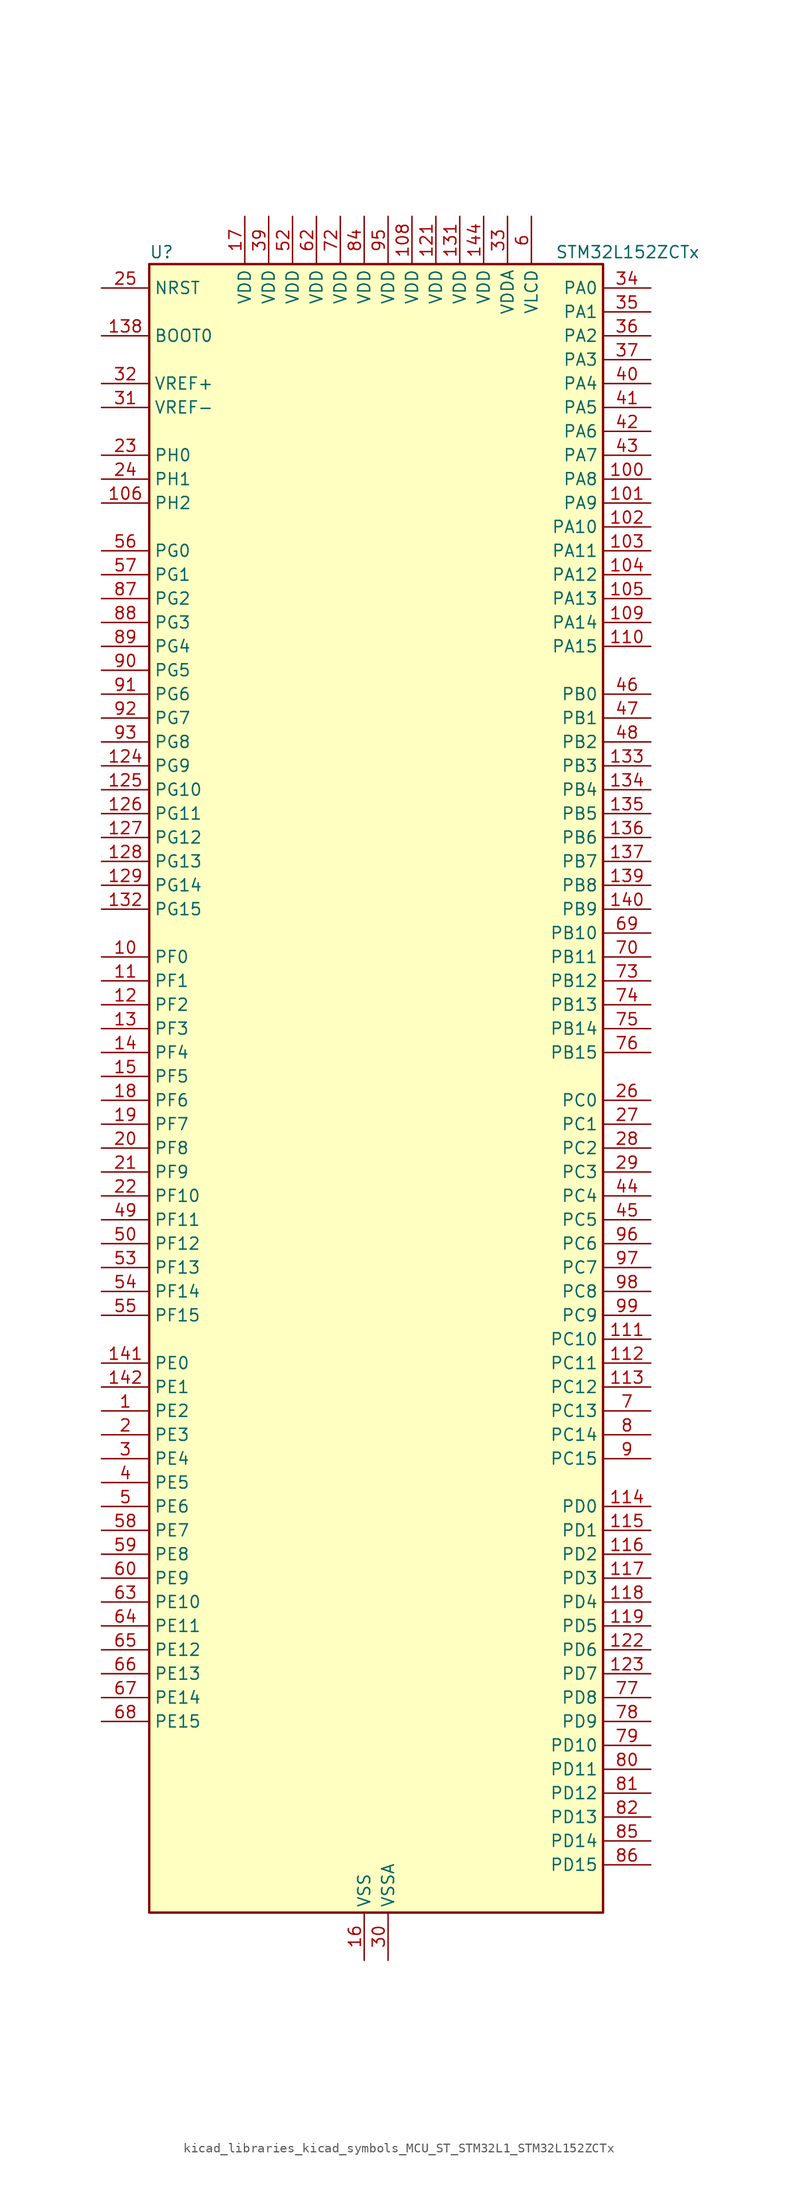
<source format=kicad_sym>
(kicad_symbol_lib
  (version 20220914)
  (generator kicad_symbol_editor)
  (symbol "kicad_libraries_kicad_symbols_MCU_ST_STM32L1_STM32L152ZCTx"
    (property "Reference" "U"
      (at -22.86 90.17 0)
      (effects (font (size 1.27 1.27)) (justify left)))
    (property "Value" "STM32L152ZCTx"
      (at 20.32 90.17 0)
      (effects (font (size 1.27 1.27)) (justify left)))
    (property "ki_locked" ""
      (at 0 0 0)
      (effects (font (size 1.27 1.27))))
    (symbol "kicad_libraries_kicad_symbols_MCU_ST_STM32L1_STM32L152ZCTx_0_1"
      (rectangle (start -22.86 -86.36) (end 25.4 88.9) (stroke (width 0.254) (type default)) (fill (type background))))
    (symbol "kicad_libraries_kicad_symbols_MCU_ST_STM32L1_STM32L152ZCTx_1_1"
      (pin bidirectional line (at -27.94 -33.02 0) (length 5.08) (name "PE2" (effects (font (size 1.27 1.27)))) (number "1" (effects (font (size 1.27 1.27)))) (alternate "LCD_SEG38" bidirectional line) (alternate "SYS_TRACECK" bidirectional line) (alternate "TIM3_ETR" bidirectional line) (alternate "TIMX_IC3" bidirectional line))
      (pin bidirectional line (at -27.94 15.24 0) (length 5.08) (name "PF0" (effects (font (size 1.27 1.27)))) (number "10" (effects (font (size 1.27 1.27)))))
      (pin bidirectional line (at 30.48 66.04 180) (length 5.08) (name "PA8" (effects (font (size 1.27 1.27)))) (number "100" (effects (font (size 1.27 1.27)))) (alternate "LCD_COM0" bidirectional line) (alternate "RCC_MCO" bidirectional line) (alternate "TIMX_IC1" bidirectional line) (alternate "TS_G4_IO1" bidirectional line) (alternate "USART1_CK" bidirectional line))
      (pin bidirectional line (at 30.48 63.5 180) (length 5.08) (name "PA9" (effects (font (size 1.27 1.27)))) (number "101" (effects (font (size 1.27 1.27)))) (alternate "DAC_EXTI9" bidirectional line) (alternate "LCD_COM1" bidirectional line) (alternate "TIMX_IC2" bidirectional line) (alternate "TS_G4_IO2" bidirectional line) (alternate "USART1_TX" bidirectional line))
      (pin bidirectional line (at 30.48 60.96 180) (length 5.08) (name "PA10" (effects (font (size 1.27 1.27)))) (number "102" (effects (font (size 1.27 1.27)))) (alternate "LCD_COM2" bidirectional line) (alternate "TIMX_IC3" bidirectional line) (alternate "TS_G4_IO3" bidirectional line) (alternate "USART1_RX" bidirectional line))
      (pin bidirectional line (at 30.48 58.42 180) (length 5.08) (name "PA11" (effects (font (size 1.27 1.27)))) (number "103" (effects (font (size 1.27 1.27)))) (alternate "ADC_EXTI11" bidirectional line) (alternate "SPI1_MISO" bidirectional line) (alternate "TIMX_IC4" bidirectional line) (alternate "USART1_CTS" bidirectional line) (alternate "USB_DM" bidirectional line))
      (pin bidirectional line (at 30.48 55.88 180) (length 5.08) (name "PA12" (effects (font (size 1.27 1.27)))) (number "104" (effects (font (size 1.27 1.27)))) (alternate "SPI1_MOSI" bidirectional line) (alternate "TIMX_IC1" bidirectional line) (alternate "USART1_RTS" bidirectional line) (alternate "USB_DP" bidirectional line))
      (pin bidirectional line (at 30.48 53.34 180) (length 5.08) (name "PA13" (effects (font (size 1.27 1.27)))) (number "105" (effects (font (size 1.27 1.27)))) (alternate "SYS_JTMS-SWDIO" bidirectional line) (alternate "TIMX_IC2" bidirectional line) (alternate "TS_G5_IO1" bidirectional line))
      (pin bidirectional line (at -27.94 63.5 0) (length 5.08) (name "PH2" (effects (font (size 1.27 1.27)))) (number "106" (effects (font (size 1.27 1.27)))))
      (pin passive line (at 0 -91.44 90) (length 5.08) hide (name "VSS" (effects (font (size 1.27 1.27)))) (number "107" (effects (font (size 1.27 1.27)))))
      (pin power_in line (at 5.08 93.98 270) (length 5.08) (name "VDD" (effects (font (size 1.27 1.27)))) (number "108" (effects (font (size 1.27 1.27)))))
      (pin bidirectional line (at 30.48 50.8 180) (length 5.08) (name "PA14" (effects (font (size 1.27 1.27)))) (number "109" (effects (font (size 1.27 1.27)))) (alternate "SYS_JTCK-SWCLK" bidirectional line) (alternate "TIMX_IC3" bidirectional line) (alternate "TS_G5_IO2" bidirectional line))
      (pin bidirectional line (at -27.94 12.7 0) (length 5.08) (name "PF1" (effects (font (size 1.27 1.27)))) (number "11" (effects (font (size 1.27 1.27)))))
      (pin bidirectional line (at 30.48 48.26 180) (length 5.08) (name "PA15" (effects (font (size 1.27 1.27)))) (number "110" (effects (font (size 1.27 1.27)))) (alternate "ADC_EXTI15" bidirectional line) (alternate "I2S3_WS" bidirectional line) (alternate "LCD_SEG17" bidirectional line) (alternate "SPI1_NSS" bidirectional line) (alternate "SPI3_NSS" bidirectional line) (alternate "SYS_JTDI" bidirectional line) (alternate "TIM2_CH1" bidirectional line) (alternate "TIM2_ETR" bidirectional line) (alternate "TIMX_IC4" bidirectional line) (alternate "TS_G5_IO3" bidirectional line))
      (pin bidirectional line (at 30.48 -25.4 180) (length 5.08) (name "PC10" (effects (font (size 1.27 1.27)))) (number "111" (effects (font (size 1.27 1.27)))) (alternate "I2S3_CK" bidirectional line) (alternate "LCD_COM4" bidirectional line) (alternate "LCD_SEG28" bidirectional line) (alternate "LCD_SEG40" bidirectional line) (alternate "SPI3_SCK" bidirectional line) (alternate "TIMX_IC3" bidirectional line) (alternate "USART3_TX" bidirectional line))
      (pin bidirectional line (at 30.48 -27.94 180) (length 5.08) (name "PC11" (effects (font (size 1.27 1.27)))) (number "112" (effects (font (size 1.27 1.27)))) (alternate "ADC_EXTI11" bidirectional line) (alternate "LCD_COM5" bidirectional line) (alternate "LCD_SEG29" bidirectional line) (alternate "LCD_SEG41" bidirectional line) (alternate "SPI3_MISO" bidirectional line) (alternate "TIMX_IC4" bidirectional line) (alternate "USART3_RX" bidirectional line))
      (pin bidirectional line (at 30.48 -30.48 180) (length 5.08) (name "PC12" (effects (font (size 1.27 1.27)))) (number "113" (effects (font (size 1.27 1.27)))) (alternate "I2S3_SD" bidirectional line) (alternate "LCD_COM6" bidirectional line) (alternate "LCD_SEG30" bidirectional line) (alternate "LCD_SEG42" bidirectional line) (alternate "SPI3_MOSI" bidirectional line) (alternate "TIMX_IC1" bidirectional line) (alternate "USART3_CK" bidirectional line))
      (pin bidirectional line (at 30.48 -43.18 180) (length 5.08) (name "PD0" (effects (font (size 1.27 1.27)))) (number "114" (effects (font (size 1.27 1.27)))) (alternate "I2S2_WS" bidirectional line) (alternate "SPI2_NSS" bidirectional line) (alternate "TIM9_CH1" bidirectional line) (alternate "TIMX_IC1" bidirectional line))
      (pin bidirectional line (at 30.48 -45.72 180) (length 5.08) (name "PD1" (effects (font (size 1.27 1.27)))) (number "115" (effects (font (size 1.27 1.27)))) (alternate "I2S2_CK" bidirectional line) (alternate "SPI2_SCK" bidirectional line) (alternate "TIMX_IC2" bidirectional line))
      (pin bidirectional line (at 30.48 -48.26 180) (length 5.08) (name "PD2" (effects (font (size 1.27 1.27)))) (number "116" (effects (font (size 1.27 1.27)))) (alternate "LCD_COM7" bidirectional line) (alternate "LCD_SEG31" bidirectional line) (alternate "LCD_SEG43" bidirectional line) (alternate "TIM3_ETR" bidirectional line) (alternate "TIMX_IC3" bidirectional line))
      (pin bidirectional line (at 30.48 -50.8 180) (length 5.08) (name "PD3" (effects (font (size 1.27 1.27)))) (number "117" (effects (font (size 1.27 1.27)))) (alternate "SPI2_MISO" bidirectional line) (alternate "TIMX_IC4" bidirectional line) (alternate "USART2_CTS" bidirectional line))
      (pin bidirectional line (at 30.48 -53.34 180) (length 5.08) (name "PD4" (effects (font (size 1.27 1.27)))) (number "118" (effects (font (size 1.27 1.27)))) (alternate "I2S2_SD" bidirectional line) (alternate "SPI2_MOSI" bidirectional line) (alternate "TIMX_IC1" bidirectional line) (alternate "USART2_RTS" bidirectional line))
      (pin bidirectional line (at 30.48 -55.88 180) (length 5.08) (name "PD5" (effects (font (size 1.27 1.27)))) (number "119" (effects (font (size 1.27 1.27)))) (alternate "TIMX_IC2" bidirectional line) (alternate "USART2_TX" bidirectional line))
      (pin bidirectional line (at -27.94 10.16 0) (length 5.08) (name "PF2" (effects (font (size 1.27 1.27)))) (number "12" (effects (font (size 1.27 1.27)))))
      (pin passive line (at 0 -91.44 90) (length 5.08) hide (name "VSS" (effects (font (size 1.27 1.27)))) (number "120" (effects (font (size 1.27 1.27)))))
      (pin power_in line (at 7.62 93.98 270) (length 5.08) (name "VDD" (effects (font (size 1.27 1.27)))) (number "121" (effects (font (size 1.27 1.27)))))
      (pin bidirectional line (at 30.48 -58.42 180) (length 5.08) (name "PD6" (effects (font (size 1.27 1.27)))) (number "122" (effects (font (size 1.27 1.27)))) (alternate "TIMX_IC3" bidirectional line) (alternate "USART2_RX" bidirectional line))
      (pin bidirectional line (at 30.48 -60.96 180) (length 5.08) (name "PD7" (effects (font (size 1.27 1.27)))) (number "123" (effects (font (size 1.27 1.27)))) (alternate "TIM9_CH2" bidirectional line) (alternate "TIMX_IC4" bidirectional line) (alternate "USART2_CK" bidirectional line))
      (pin bidirectional line (at -27.94 35.56 0) (length 5.08) (name "PG9" (effects (font (size 1.27 1.27)))) (number "124" (effects (font (size 1.27 1.27)))) (alternate "DAC_EXTI9" bidirectional line))
      (pin bidirectional line (at -27.94 33.02 0) (length 5.08) (name "PG10" (effects (font (size 1.27 1.27)))) (number "125" (effects (font (size 1.27 1.27)))))
      (pin bidirectional line (at -27.94 30.48 0) (length 5.08) (name "PG11" (effects (font (size 1.27 1.27)))) (number "126" (effects (font (size 1.27 1.27)))) (alternate "ADC_EXTI11" bidirectional line))
      (pin bidirectional line (at -27.94 27.94 0) (length 5.08) (name "PG12" (effects (font (size 1.27 1.27)))) (number "127" (effects (font (size 1.27 1.27)))))
      (pin bidirectional line (at -27.94 25.4 0) (length 5.08) (name "PG13" (effects (font (size 1.27 1.27)))) (number "128" (effects (font (size 1.27 1.27)))))
      (pin bidirectional line (at -27.94 22.86 0) (length 5.08) (name "PG14" (effects (font (size 1.27 1.27)))) (number "129" (effects (font (size 1.27 1.27)))))
      (pin bidirectional line (at -27.94 7.62 0) (length 5.08) (name "PF3" (effects (font (size 1.27 1.27)))) (number "13" (effects (font (size 1.27 1.27)))))
      (pin passive line (at 0 -91.44 90) (length 5.08) hide (name "VSS" (effects (font (size 1.27 1.27)))) (number "130" (effects (font (size 1.27 1.27)))))
      (pin power_in line (at 10.16 93.98 270) (length 5.08) (name "VDD" (effects (font (size 1.27 1.27)))) (number "131" (effects (font (size 1.27 1.27)))))
      (pin bidirectional line (at -27.94 20.32 0) (length 5.08) (name "PG15" (effects (font (size 1.27 1.27)))) (number "132" (effects (font (size 1.27 1.27)))) (alternate "ADC_EXTI15" bidirectional line))
      (pin bidirectional line (at 30.48 35.56 180) (length 5.08) (name "PB3" (effects (font (size 1.27 1.27)))) (number "133" (effects (font (size 1.27 1.27)))) (alternate "COMP2_INM" bidirectional line) (alternate "I2S3_CK" bidirectional line) (alternate "LCD_SEG7" bidirectional line) (alternate "SPI1_SCK" bidirectional line) (alternate "SPI3_SCK" bidirectional line) (alternate "SYS_JTDO-TRACESWO" bidirectional line) (alternate "TIM2_CH2" bidirectional line))
      (pin bidirectional line (at 30.48 33.02 180) (length 5.08) (name "PB4" (effects (font (size 1.27 1.27)))) (number "134" (effects (font (size 1.27 1.27)))) (alternate "COMP2_INP" bidirectional line) (alternate "LCD_SEG8" bidirectional line) (alternate "SPI1_MISO" bidirectional line) (alternate "SPI3_MISO" bidirectional line) (alternate "SYS_JTRST" bidirectional line) (alternate "TIM3_CH1" bidirectional line) (alternate "TS_G6_IO1" bidirectional line))
      (pin bidirectional line (at 30.48 30.48 180) (length 5.08) (name "PB5" (effects (font (size 1.27 1.27)))) (number "135" (effects (font (size 1.27 1.27)))) (alternate "COMP2_INP" bidirectional line) (alternate "I2C1_SMBA" bidirectional line) (alternate "I2S3_SD" bidirectional line) (alternate "LCD_SEG9" bidirectional line) (alternate "SPI1_MOSI" bidirectional line) (alternate "SPI3_MOSI" bidirectional line) (alternate "TIM3_CH2" bidirectional line) (alternate "TS_G6_IO2" bidirectional line))
      (pin bidirectional line (at 30.48 27.94 180) (length 5.08) (name "PB6" (effects (font (size 1.27 1.27)))) (number "136" (effects (font (size 1.27 1.27)))) (alternate "COMP2_INP" bidirectional line) (alternate "I2C1_SCL" bidirectional line) (alternate "TIM4_CH1" bidirectional line) (alternate "TS_G6_IO3" bidirectional line) (alternate "USART1_TX" bidirectional line))
      (pin bidirectional line (at 30.48 25.4 180) (length 5.08) (name "PB7" (effects (font (size 1.27 1.27)))) (number "137" (effects (font (size 1.27 1.27)))) (alternate "COMP2_INP" bidirectional line) (alternate "I2C1_SDA" bidirectional line) (alternate "SYS_PVD_IN" bidirectional line) (alternate "TIM4_CH2" bidirectional line) (alternate "TS_G6_IO4" bidirectional line) (alternate "USART1_RX" bidirectional line))
      (pin input line (at -27.94 81.28 0) (length 5.08) (name "BOOT0" (effects (font (size 1.27 1.27)))) (number "138" (effects (font (size 1.27 1.27)))))
      (pin bidirectional line (at 30.48 22.86 180) (length 5.08) (name "PB8" (effects (font (size 1.27 1.27)))) (number "139" (effects (font (size 1.27 1.27)))) (alternate "I2C1_SCL" bidirectional line) (alternate "LCD_SEG16" bidirectional line) (alternate "TIM10_CH1" bidirectional line) (alternate "TIM4_CH3" bidirectional line))
      (pin bidirectional line (at -27.94 5.08 0) (length 5.08) (name "PF4" (effects (font (size 1.27 1.27)))) (number "14" (effects (font (size 1.27 1.27)))))
      (pin bidirectional line (at 30.48 20.32 180) (length 5.08) (name "PB9" (effects (font (size 1.27 1.27)))) (number "140" (effects (font (size 1.27 1.27)))) (alternate "DAC_EXTI9" bidirectional line) (alternate "I2C1_SDA" bidirectional line) (alternate "LCD_COM3" bidirectional line) (alternate "TIM11_CH1" bidirectional line) (alternate "TIM4_CH4" bidirectional line))
      (pin bidirectional line (at -27.94 -27.94 0) (length 5.08) (name "PE0" (effects (font (size 1.27 1.27)))) (number "141" (effects (font (size 1.27 1.27)))) (alternate "LCD_SEG36" bidirectional line) (alternate "TIM10_CH1" bidirectional line) (alternate "TIM4_ETR" bidirectional line) (alternate "TIMX_IC1" bidirectional line))
      (pin bidirectional line (at -27.94 -30.48 0) (length 5.08) (name "PE1" (effects (font (size 1.27 1.27)))) (number "142" (effects (font (size 1.27 1.27)))) (alternate "LCD_SEG37" bidirectional line) (alternate "TIM11_CH1" bidirectional line) (alternate "TIMX_IC2" bidirectional line))
      (pin passive line (at 0 -91.44 90) (length 5.08) hide (name "VSS" (effects (font (size 1.27 1.27)))) (number "143" (effects (font (size 1.27 1.27)))))
      (pin power_in line (at 12.7 93.98 270) (length 5.08) (name "VDD" (effects (font (size 1.27 1.27)))) (number "144" (effects (font (size 1.27 1.27)))))
      (pin bidirectional line (at -27.94 2.54 0) (length 5.08) (name "PF5" (effects (font (size 1.27 1.27)))) (number "15" (effects (font (size 1.27 1.27)))))
      (pin power_in line (at 0 -91.44 90) (length 5.08) (name "VSS" (effects (font (size 1.27 1.27)))) (number "16" (effects (font (size 1.27 1.27)))))
      (pin power_in line (at -12.7 93.98 270) (length 5.08) (name "VDD" (effects (font (size 1.27 1.27)))) (number "17" (effects (font (size 1.27 1.27)))))
      (pin bidirectional line (at -27.94 0 0) (length 5.08) (name "PF6" (effects (font (size 1.27 1.27)))) (number "18" (effects (font (size 1.27 1.27)))) (alternate "ADC_IN27" bidirectional line) (alternate "TIM5_CH1" bidirectional line) (alternate "TIM5_ETR" bidirectional line) (alternate "TS_G11_IO1" bidirectional line))
      (pin bidirectional line (at -27.94 -2.54 0) (length 5.08) (name "PF7" (effects (font (size 1.27 1.27)))) (number "19" (effects (font (size 1.27 1.27)))) (alternate "ADC_IN28" bidirectional line) (alternate "COMP1_INP" bidirectional line) (alternate "TIM5_CH2" bidirectional line) (alternate "TS_G11_IO2" bidirectional line))
      (pin bidirectional line (at -27.94 -35.56 0) (length 5.08) (name "PE3" (effects (font (size 1.27 1.27)))) (number "2" (effects (font (size 1.27 1.27)))) (alternate "LCD_SEG39" bidirectional line) (alternate "SYS_TRACED0" bidirectional line) (alternate "TIM3_CH1" bidirectional line) (alternate "TIMX_IC4" bidirectional line))
      (pin bidirectional line (at -27.94 -5.08 0) (length 5.08) (name "PF8" (effects (font (size 1.27 1.27)))) (number "20" (effects (font (size 1.27 1.27)))) (alternate "ADC_IN29" bidirectional line) (alternate "COMP1_INP" bidirectional line) (alternate "TIM5_CH3" bidirectional line) (alternate "TS_G11_IO3" bidirectional line))
      (pin bidirectional line (at -27.94 -7.62 0) (length 5.08) (name "PF9" (effects (font (size 1.27 1.27)))) (number "21" (effects (font (size 1.27 1.27)))) (alternate "ADC_IN30" bidirectional line) (alternate "COMP1_INP" bidirectional line) (alternate "DAC_EXTI9" bidirectional line) (alternate "TIM5_CH4" bidirectional line) (alternate "TS_G11_IO4" bidirectional line))
      (pin bidirectional line (at -27.94 -10.16 0) (length 5.08) (name "PF10" (effects (font (size 1.27 1.27)))) (number "22" (effects (font (size 1.27 1.27)))) (alternate "ADC_IN31" bidirectional line) (alternate "COMP1_INP" bidirectional line) (alternate "TS_G11_IO5" bidirectional line))
      (pin bidirectional line (at -27.94 68.58 0) (length 5.08) (name "PH0" (effects (font (size 1.27 1.27)))) (number "23" (effects (font (size 1.27 1.27)))) (alternate "RCC_OSC_IN" bidirectional line))
      (pin bidirectional line (at -27.94 66.04 0) (length 5.08) (name "PH1" (effects (font (size 1.27 1.27)))) (number "24" (effects (font (size 1.27 1.27)))) (alternate "RCC_OSC_OUT" bidirectional line))
      (pin input line (at -27.94 86.36 0) (length 5.08) (name "NRST" (effects (font (size 1.27 1.27)))) (number "25" (effects (font (size 1.27 1.27)))))
      (pin bidirectional line (at 30.48 0 180) (length 5.08) (name "PC0" (effects (font (size 1.27 1.27)))) (number "26" (effects (font (size 1.27 1.27)))) (alternate "ADC_IN10" bidirectional line) (alternate "COMP1_INP" bidirectional line) (alternate "LCD_SEG18" bidirectional line) (alternate "TIMX_IC1" bidirectional line) (alternate "TS_G8_IO1" bidirectional line))
      (pin bidirectional line (at 30.48 -2.54 180) (length 5.08) (name "PC1" (effects (font (size 1.27 1.27)))) (number "27" (effects (font (size 1.27 1.27)))) (alternate "ADC_IN11" bidirectional line) (alternate "COMP1_INP" bidirectional line) (alternate "LCD_SEG19" bidirectional line) (alternate "TIMX_IC2" bidirectional line) (alternate "TS_G8_IO2" bidirectional line))
      (pin bidirectional line (at 30.48 -5.08 180) (length 5.08) (name "PC2" (effects (font (size 1.27 1.27)))) (number "28" (effects (font (size 1.27 1.27)))) (alternate "ADC_IN12" bidirectional line) (alternate "COMP1_INP" bidirectional line) (alternate "LCD_SEG20" bidirectional line) (alternate "TIMX_IC3" bidirectional line) (alternate "TS_G8_IO3" bidirectional line))
      (pin bidirectional line (at 30.48 -7.62 180) (length 5.08) (name "PC3" (effects (font (size 1.27 1.27)))) (number "29" (effects (font (size 1.27 1.27)))) (alternate "ADC_IN13" bidirectional line) (alternate "COMP1_INP" bidirectional line) (alternate "LCD_SEG21" bidirectional line) (alternate "TIMX_IC4" bidirectional line) (alternate "TS_G8_IO4" bidirectional line))
      (pin bidirectional line (at -27.94 -38.1 0) (length 5.08) (name "PE4" (effects (font (size 1.27 1.27)))) (number "3" (effects (font (size 1.27 1.27)))) (alternate "SYS_TRACED1" bidirectional line) (alternate "TIM3_CH2" bidirectional line) (alternate "TIMX_IC1" bidirectional line))
      (pin power_in line (at 2.54 -91.44 90) (length 5.08) (name "VSSA" (effects (font (size 1.27 1.27)))) (number "30" (effects (font (size 1.27 1.27)))))
      (pin input line (at -27.94 73.66 0) (length 5.08) (name "VREF-" (effects (font (size 1.27 1.27)))) (number "31" (effects (font (size 1.27 1.27)))))
      (pin input line (at -27.94 76.2 0) (length 5.08) (name "VREF+" (effects (font (size 1.27 1.27)))) (number "32" (effects (font (size 1.27 1.27)))))
      (pin power_in line (at 15.24 93.98 270) (length 5.08) (name "VDDA" (effects (font (size 1.27 1.27)))) (number "33" (effects (font (size 1.27 1.27)))))
      (pin bidirectional line (at 30.48 86.36 180) (length 5.08) (name "PA0" (effects (font (size 1.27 1.27)))) (number "34" (effects (font (size 1.27 1.27)))) (alternate "ADC_IN0" bidirectional line) (alternate "COMP1_INP" bidirectional line) (alternate "RTC_TAMP2" bidirectional line) (alternate "SYS_WKUP1" bidirectional line) (alternate "TIM2_CH1" bidirectional line) (alternate "TIM2_ETR" bidirectional line) (alternate "TIM5_CH1" bidirectional line) (alternate "TIMX_IC1" bidirectional line) (alternate "TS_G1_IO1" bidirectional line) (alternate "USART2_CTS" bidirectional line))
      (pin bidirectional line (at 30.48 83.82 180) (length 5.08) (name "PA1" (effects (font (size 1.27 1.27)))) (number "35" (effects (font (size 1.27 1.27)))) (alternate "ADC_IN1" bidirectional line) (alternate "COMP1_INP" bidirectional line) (alternate "LCD_SEG0" bidirectional line) (alternate "OPAMP1_VINP" bidirectional line) (alternate "TIM2_CH2" bidirectional line) (alternate "TIM5_CH2" bidirectional line) (alternate "TIMX_IC2" bidirectional line) (alternate "TS_G1_IO2" bidirectional line) (alternate "USART2_RTS" bidirectional line))
      (pin bidirectional line (at 30.48 81.28 180) (length 5.08) (name "PA2" (effects (font (size 1.27 1.27)))) (number "36" (effects (font (size 1.27 1.27)))) (alternate "ADC_IN2" bidirectional line) (alternate "COMP1_INP" bidirectional line) (alternate "LCD_SEG1" bidirectional line) (alternate "OPAMP1_VINM" bidirectional line) (alternate "TIM2_CH3" bidirectional line) (alternate "TIM5_CH3" bidirectional line) (alternate "TIM9_CH1" bidirectional line) (alternate "TIMX_IC3" bidirectional line) (alternate "TS_G1_IO3" bidirectional line) (alternate "USART2_TX" bidirectional line))
      (pin bidirectional line (at 30.48 78.74 180) (length 5.08) (name "PA3" (effects (font (size 1.27 1.27)))) (number "37" (effects (font (size 1.27 1.27)))) (alternate "ADC_IN3" bidirectional line) (alternate "COMP1_INP" bidirectional line) (alternate "LCD_SEG2" bidirectional line) (alternate "OPAMP1_VOUT" bidirectional line) (alternate "TIM2_CH4" bidirectional line) (alternate "TIM5_CH4" bidirectional line) (alternate "TIM9_CH2" bidirectional line) (alternate "TIMX_IC4" bidirectional line) (alternate "TS_G1_IO4" bidirectional line) (alternate "USART2_RX" bidirectional line))
      (pin passive line (at 0 -91.44 90) (length 5.08) hide (name "VSS" (effects (font (size 1.27 1.27)))) (number "38" (effects (font (size 1.27 1.27)))))
      (pin power_in line (at -10.16 93.98 270) (length 5.08) (name "VDD" (effects (font (size 1.27 1.27)))) (number "39" (effects (font (size 1.27 1.27)))))
      (pin bidirectional line (at -27.94 -40.64 0) (length 5.08) (name "PE5" (effects (font (size 1.27 1.27)))) (number "4" (effects (font (size 1.27 1.27)))) (alternate "SYS_TRACED2" bidirectional line) (alternate "TIM9_CH1" bidirectional line) (alternate "TIMX_IC2" bidirectional line))
      (pin bidirectional line (at 30.48 76.2 180) (length 5.08) (name "PA4" (effects (font (size 1.27 1.27)))) (number "40" (effects (font (size 1.27 1.27)))) (alternate "ADC_IN4" bidirectional line) (alternate "COMP1_INP" bidirectional line) (alternate "DAC_OUT1" bidirectional line) (alternate "I2S3_WS" bidirectional line) (alternate "SPI1_NSS" bidirectional line) (alternate "SPI3_NSS" bidirectional line) (alternate "TIMX_IC1" bidirectional line) (alternate "USART2_CK" bidirectional line))
      (pin bidirectional line (at 30.48 73.66 180) (length 5.08) (name "PA5" (effects (font (size 1.27 1.27)))) (number "41" (effects (font (size 1.27 1.27)))) (alternate "ADC_IN5" bidirectional line) (alternate "COMP1_INP" bidirectional line) (alternate "DAC_OUT2" bidirectional line) (alternate "SPI1_SCK" bidirectional line) (alternate "TIM2_CH1" bidirectional line) (alternate "TIM2_ETR" bidirectional line) (alternate "TIMX_IC2" bidirectional line))
      (pin bidirectional line (at 30.48 71.12 180) (length 5.08) (name "PA6" (effects (font (size 1.27 1.27)))) (number "42" (effects (font (size 1.27 1.27)))) (alternate "ADC_IN6" bidirectional line) (alternate "COMP1_INP" bidirectional line) (alternate "LCD_SEG3" bidirectional line) (alternate "OPAMP2_VINP" bidirectional line) (alternate "SPI1_MISO" bidirectional line) (alternate "TIM10_CH1" bidirectional line) (alternate "TIM3_CH1" bidirectional line) (alternate "TIMX_IC3" bidirectional line) (alternate "TS_G2_IO1" bidirectional line))
      (pin bidirectional line (at 30.48 68.58 180) (length 5.08) (name "PA7" (effects (font (size 1.27 1.27)))) (number "43" (effects (font (size 1.27 1.27)))) (alternate "ADC_IN7" bidirectional line) (alternate "COMP1_INP" bidirectional line) (alternate "LCD_SEG4" bidirectional line) (alternate "OPAMP2_VINM" bidirectional line) (alternate "SPI1_MOSI" bidirectional line) (alternate "TIM11_CH1" bidirectional line) (alternate "TIM3_CH2" bidirectional line) (alternate "TIMX_IC4" bidirectional line) (alternate "TS_G2_IO2" bidirectional line))
      (pin bidirectional line (at 30.48 -10.16 180) (length 5.08) (name "PC4" (effects (font (size 1.27 1.27)))) (number "44" (effects (font (size 1.27 1.27)))) (alternate "ADC_IN14" bidirectional line) (alternate "COMP1_INP" bidirectional line) (alternate "LCD_SEG22" bidirectional line) (alternate "TIMX_IC1" bidirectional line) (alternate "TS_G9_IO1" bidirectional line))
      (pin bidirectional line (at 30.48 -12.7 180) (length 5.08) (name "PC5" (effects (font (size 1.27 1.27)))) (number "45" (effects (font (size 1.27 1.27)))) (alternate "ADC_IN15" bidirectional line) (alternate "COMP1_INP" bidirectional line) (alternate "LCD_SEG23" bidirectional line) (alternate "TIMX_IC2" bidirectional line) (alternate "TS_G9_IO2" bidirectional line))
      (pin bidirectional line (at 30.48 43.18 180) (length 5.08) (name "PB0" (effects (font (size 1.27 1.27)))) (number "46" (effects (font (size 1.27 1.27)))) (alternate "ADC_IN8" bidirectional line) (alternate "COMP1_INP" bidirectional line) (alternate "LCD_SEG5" bidirectional line) (alternate "OPAMP2_VOUT" bidirectional line) (alternate "SYS_V_REF_OUT" bidirectional line) (alternate "TIM3_CH3" bidirectional line) (alternate "TS_G3_IO1" bidirectional line))
      (pin bidirectional line (at 30.48 40.64 180) (length 5.08) (name "PB1" (effects (font (size 1.27 1.27)))) (number "47" (effects (font (size 1.27 1.27)))) (alternate "ADC_IN9" bidirectional line) (alternate "COMP1_INP" bidirectional line) (alternate "LCD_SEG6" bidirectional line) (alternate "SYS_V_REF_OUT" bidirectional line) (alternate "TIM3_CH4" bidirectional line) (alternate "TS_G3_IO2" bidirectional line))
      (pin bidirectional line (at 30.48 38.1 180) (length 5.08) (name "PB2" (effects (font (size 1.27 1.27)))) (number "48" (effects (font (size 1.27 1.27)))) (alternate "ADC_IN0b" bidirectional line) (alternate "TS_G3_IO3" bidirectional line))
      (pin bidirectional line (at -27.94 -12.7 0) (length 5.08) (name "PF11" (effects (font (size 1.27 1.27)))) (number "49" (effects (font (size 1.27 1.27)))) (alternate "ADC_EXTI11" bidirectional line) (alternate "ADC_IN1b" bidirectional line) (alternate "TS_G3_IO4" bidirectional line))
      (pin bidirectional line (at -27.94 -43.18 0) (length 5.08) (name "PE6" (effects (font (size 1.27 1.27)))) (number "5" (effects (font (size 1.27 1.27)))) (alternate "RTC_TAMP3" bidirectional line) (alternate "SYS_TRACED3" bidirectional line) (alternate "SYS_WKUP3" bidirectional line) (alternate "TIM9_CH2" bidirectional line) (alternate "TIMX_IC3" bidirectional line))
      (pin bidirectional line (at -27.94 -15.24 0) (length 5.08) (name "PF12" (effects (font (size 1.27 1.27)))) (number "50" (effects (font (size 1.27 1.27)))) (alternate "ADC_IN2b" bidirectional line) (alternate "TS_G3_IO5" bidirectional line))
      (pin passive line (at 0 -91.44 90) (length 5.08) hide (name "VSS" (effects (font (size 1.27 1.27)))) (number "51" (effects (font (size 1.27 1.27)))))
      (pin power_in line (at -7.62 93.98 270) (length 5.08) (name "VDD" (effects (font (size 1.27 1.27)))) (number "52" (effects (font (size 1.27 1.27)))))
      (pin bidirectional line (at -27.94 -17.78 0) (length 5.08) (name "PF13" (effects (font (size 1.27 1.27)))) (number "53" (effects (font (size 1.27 1.27)))) (alternate "ADC_IN3b" bidirectional line) (alternate "TS_G9_IO3" bidirectional line))
      (pin bidirectional line (at -27.94 -20.32 0) (length 5.08) (name "PF14" (effects (font (size 1.27 1.27)))) (number "54" (effects (font (size 1.27 1.27)))) (alternate "ADC_IN6b" bidirectional line) (alternate "TS_G9_IO4" bidirectional line))
      (pin bidirectional line (at -27.94 -22.86 0) (length 5.08) (name "PF15" (effects (font (size 1.27 1.27)))) (number "55" (effects (font (size 1.27 1.27)))) (alternate "ADC_EXTI15" bidirectional line) (alternate "ADC_IN7b" bidirectional line) (alternate "TS_G2_IO3" bidirectional line))
      (pin bidirectional line (at -27.94 58.42 0) (length 5.08) (name "PG0" (effects (font (size 1.27 1.27)))) (number "56" (effects (font (size 1.27 1.27)))) (alternate "ADC_IN8b" bidirectional line) (alternate "TS_G2_IO4" bidirectional line))
      (pin bidirectional line (at -27.94 55.88 0) (length 5.08) (name "PG1" (effects (font (size 1.27 1.27)))) (number "57" (effects (font (size 1.27 1.27)))) (alternate "ADC_IN9b" bidirectional line) (alternate "TS_G2_IO5" bidirectional line))
      (pin bidirectional line (at -27.94 -45.72 0) (length 5.08) (name "PE7" (effects (font (size 1.27 1.27)))) (number "58" (effects (font (size 1.27 1.27)))) (alternate "ADC_IN22" bidirectional line) (alternate "COMP1_INP" bidirectional line) (alternate "TIMX_IC4" bidirectional line))
      (pin bidirectional line (at -27.94 -48.26 0) (length 5.08) (name "PE8" (effects (font (size 1.27 1.27)))) (number "59" (effects (font (size 1.27 1.27)))) (alternate "ADC_IN23" bidirectional line) (alternate "COMP1_INP" bidirectional line) (alternate "TIMX_IC1" bidirectional line))
      (pin power_in line (at 17.78 93.98 270) (length 5.08) (name "VLCD" (effects (font (size 1.27 1.27)))) (number "6" (effects (font (size 1.27 1.27)))))
      (pin bidirectional line (at -27.94 -50.8 0) (length 5.08) (name "PE9" (effects (font (size 1.27 1.27)))) (number "60" (effects (font (size 1.27 1.27)))) (alternate "ADC_IN24" bidirectional line) (alternate "COMP1_INP" bidirectional line) (alternate "DAC_EXTI9" bidirectional line) (alternate "TIM2_CH1" bidirectional line) (alternate "TIM2_ETR" bidirectional line) (alternate "TIMX_IC2" bidirectional line))
      (pin passive line (at 0 -91.44 90) (length 5.08) hide (name "VSS" (effects (font (size 1.27 1.27)))) (number "61" (effects (font (size 1.27 1.27)))))
      (pin power_in line (at -5.08 93.98 270) (length 5.08) (name "VDD" (effects (font (size 1.27 1.27)))) (number "62" (effects (font (size 1.27 1.27)))))
      (pin bidirectional line (at -27.94 -53.34 0) (length 5.08) (name "PE10" (effects (font (size 1.27 1.27)))) (number "63" (effects (font (size 1.27 1.27)))) (alternate "ADC_IN25" bidirectional line) (alternate "COMP1_INP" bidirectional line) (alternate "TIM2_CH2" bidirectional line) (alternate "TIMX_IC3" bidirectional line))
      (pin bidirectional line (at -27.94 -55.88 0) (length 5.08) (name "PE11" (effects (font (size 1.27 1.27)))) (number "64" (effects (font (size 1.27 1.27)))) (alternate "ADC_EXTI11" bidirectional line) (alternate "TIM2_CH3" bidirectional line) (alternate "TIMX_IC4" bidirectional line))
      (pin bidirectional line (at -27.94 -58.42 0) (length 5.08) (name "PE12" (effects (font (size 1.27 1.27)))) (number "65" (effects (font (size 1.27 1.27)))) (alternate "SPI1_NSS" bidirectional line) (alternate "TIM2_CH4" bidirectional line) (alternate "TIMX_IC1" bidirectional line))
      (pin bidirectional line (at -27.94 -60.96 0) (length 5.08) (name "PE13" (effects (font (size 1.27 1.27)))) (number "66" (effects (font (size 1.27 1.27)))) (alternate "SPI1_SCK" bidirectional line) (alternate "TIMX_IC2" bidirectional line))
      (pin bidirectional line (at -27.94 -63.5 0) (length 5.08) (name "PE14" (effects (font (size 1.27 1.27)))) (number "67" (effects (font (size 1.27 1.27)))) (alternate "SPI1_MISO" bidirectional line) (alternate "TIMX_IC3" bidirectional line))
      (pin bidirectional line (at -27.94 -66.04 0) (length 5.08) (name "PE15" (effects (font (size 1.27 1.27)))) (number "68" (effects (font (size 1.27 1.27)))) (alternate "ADC_EXTI15" bidirectional line) (alternate "SPI1_MOSI" bidirectional line) (alternate "TIMX_IC4" bidirectional line))
      (pin bidirectional line (at 30.48 17.78 180) (length 5.08) (name "PB10" (effects (font (size 1.27 1.27)))) (number "69" (effects (font (size 1.27 1.27)))) (alternate "I2C2_SCL" bidirectional line) (alternate "LCD_SEG10" bidirectional line) (alternate "TIM2_CH3" bidirectional line) (alternate "USART3_TX" bidirectional line))
      (pin bidirectional line (at 30.48 -33.02 180) (length 5.08) (name "PC13" (effects (font (size 1.27 1.27)))) (number "7" (effects (font (size 1.27 1.27)))) (alternate "RTC_OUT_ALARM" bidirectional line) (alternate "RTC_OUT_CALIB" bidirectional line) (alternate "RTC_TAMP1" bidirectional line) (alternate "RTC_TS" bidirectional line) (alternate "SYS_WKUP2" bidirectional line) (alternate "TIMX_IC2" bidirectional line))
      (pin bidirectional line (at 30.48 15.24 180) (length 5.08) (name "PB11" (effects (font (size 1.27 1.27)))) (number "70" (effects (font (size 1.27 1.27)))) (alternate "ADC_EXTI11" bidirectional line) (alternate "I2C2_SDA" bidirectional line) (alternate "LCD_SEG11" bidirectional line) (alternate "TIM2_CH4" bidirectional line) (alternate "USART3_RX" bidirectional line))
      (pin passive line (at 0 -91.44 90) (length 5.08) hide (name "VSS" (effects (font (size 1.27 1.27)))) (number "71" (effects (font (size 1.27 1.27)))))
      (pin power_in line (at -2.54 93.98 270) (length 5.08) (name "VDD" (effects (font (size 1.27 1.27)))) (number "72" (effects (font (size 1.27 1.27)))))
      (pin bidirectional line (at 30.48 12.7 180) (length 5.08) (name "PB12" (effects (font (size 1.27 1.27)))) (number "73" (effects (font (size 1.27 1.27)))) (alternate "ADC_IN18" bidirectional line) (alternate "COMP1_INP" bidirectional line) (alternate "I2C2_SMBA" bidirectional line) (alternate "I2S2_WS" bidirectional line) (alternate "LCD_SEG12" bidirectional line) (alternate "SPI2_NSS" bidirectional line) (alternate "TIM10_CH1" bidirectional line) (alternate "TS_G7_IO1" bidirectional line) (alternate "USART3_CK" bidirectional line))
      (pin bidirectional line (at 30.48 10.16 180) (length 5.08) (name "PB13" (effects (font (size 1.27 1.27)))) (number "74" (effects (font (size 1.27 1.27)))) (alternate "ADC_IN19" bidirectional line) (alternate "COMP1_INP" bidirectional line) (alternate "I2S2_CK" bidirectional line) (alternate "LCD_SEG13" bidirectional line) (alternate "SPI2_SCK" bidirectional line) (alternate "TIM9_CH1" bidirectional line) (alternate "TS_G7_IO2" bidirectional line) (alternate "USART3_CTS" bidirectional line))
      (pin bidirectional line (at 30.48 7.62 180) (length 5.08) (name "PB14" (effects (font (size 1.27 1.27)))) (number "75" (effects (font (size 1.27 1.27)))) (alternate "ADC_IN20" bidirectional line) (alternate "COMP1_INP" bidirectional line) (alternate "LCD_SEG14" bidirectional line) (alternate "SPI2_MISO" bidirectional line) (alternate "TIM9_CH2" bidirectional line) (alternate "TS_G7_IO3" bidirectional line) (alternate "USART3_RTS" bidirectional line))
      (pin bidirectional line (at 30.48 5.08 180) (length 5.08) (name "PB15" (effects (font (size 1.27 1.27)))) (number "76" (effects (font (size 1.27 1.27)))) (alternate "ADC_EXTI15" bidirectional line) (alternate "ADC_IN21" bidirectional line) (alternate "COMP1_INP" bidirectional line) (alternate "I2S2_SD" bidirectional line) (alternate "LCD_SEG15" bidirectional line) (alternate "RTC_REFIN" bidirectional line) (alternate "SPI2_MOSI" bidirectional line) (alternate "TIM11_CH1" bidirectional line) (alternate "TS_G7_IO4" bidirectional line))
      (pin bidirectional line (at 30.48 -63.5 180) (length 5.08) (name "PD8" (effects (font (size 1.27 1.27)))) (number "77" (effects (font (size 1.27 1.27)))) (alternate "LCD_SEG28" bidirectional line) (alternate "TIMX_IC1" bidirectional line) (alternate "USART3_TX" bidirectional line))
      (pin bidirectional line (at 30.48 -66.04 180) (length 5.08) (name "PD9" (effects (font (size 1.27 1.27)))) (number "78" (effects (font (size 1.27 1.27)))) (alternate "DAC_EXTI9" bidirectional line) (alternate "LCD_SEG29" bidirectional line) (alternate "TIMX_IC2" bidirectional line) (alternate "USART3_RX" bidirectional line))
      (pin bidirectional line (at 30.48 -68.58 180) (length 5.08) (name "PD10" (effects (font (size 1.27 1.27)))) (number "79" (effects (font (size 1.27 1.27)))) (alternate "LCD_SEG30" bidirectional line) (alternate "TIMX_IC3" bidirectional line) (alternate "USART3_CK" bidirectional line))
      (pin bidirectional line (at 30.48 -35.56 180) (length 5.08) (name "PC14" (effects (font (size 1.27 1.27)))) (number "8" (effects (font (size 1.27 1.27)))) (alternate "RCC_OSC32_IN" bidirectional line) (alternate "TIMX_IC3" bidirectional line))
      (pin bidirectional line (at 30.48 -71.12 180) (length 5.08) (name "PD11" (effects (font (size 1.27 1.27)))) (number "80" (effects (font (size 1.27 1.27)))) (alternate "ADC_EXTI11" bidirectional line) (alternate "LCD_SEG31" bidirectional line) (alternate "TIMX_IC4" bidirectional line) (alternate "USART3_CTS" bidirectional line))
      (pin bidirectional line (at 30.48 -73.66 180) (length 5.08) (name "PD12" (effects (font (size 1.27 1.27)))) (number "81" (effects (font (size 1.27 1.27)))) (alternate "LCD_SEG32" bidirectional line) (alternate "TIM4_CH1" bidirectional line) (alternate "TIMX_IC1" bidirectional line) (alternate "USART3_RTS" bidirectional line))
      (pin bidirectional line (at 30.48 -76.2 180) (length 5.08) (name "PD13" (effects (font (size 1.27 1.27)))) (number "82" (effects (font (size 1.27 1.27)))) (alternate "LCD_SEG33" bidirectional line) (alternate "TIM4_CH2" bidirectional line) (alternate "TIMX_IC2" bidirectional line))
      (pin passive line (at 0 -91.44 90) (length 5.08) hide (name "VSS" (effects (font (size 1.27 1.27)))) (number "83" (effects (font (size 1.27 1.27)))))
      (pin power_in line (at 0 93.98 270) (length 5.08) (name "VDD" (effects (font (size 1.27 1.27)))) (number "84" (effects (font (size 1.27 1.27)))))
      (pin bidirectional line (at 30.48 -78.74 180) (length 5.08) (name "PD14" (effects (font (size 1.27 1.27)))) (number "85" (effects (font (size 1.27 1.27)))) (alternate "LCD_SEG34" bidirectional line) (alternate "TIM4_CH3" bidirectional line) (alternate "TIMX_IC3" bidirectional line))
      (pin bidirectional line (at 30.48 -81.28 180) (length 5.08) (name "PD15" (effects (font (size 1.27 1.27)))) (number "86" (effects (font (size 1.27 1.27)))) (alternate "ADC_EXTI15" bidirectional line) (alternate "LCD_SEG35" bidirectional line) (alternate "TIM4_CH4" bidirectional line) (alternate "TIMX_IC4" bidirectional line))
      (pin bidirectional line (at -27.94 53.34 0) (length 5.08) (name "PG2" (effects (font (size 1.27 1.27)))) (number "87" (effects (font (size 1.27 1.27)))) (alternate "ADC_IN10b" bidirectional line) (alternate "TS_G7_IO5" bidirectional line))
      (pin bidirectional line (at -27.94 50.8 0) (length 5.08) (name "PG3" (effects (font (size 1.27 1.27)))) (number "88" (effects (font (size 1.27 1.27)))) (alternate "ADC_IN11b" bidirectional line) (alternate "TS_G7_IO6" bidirectional line))
      (pin bidirectional line (at -27.94 48.26 0) (length 5.08) (name "PG4" (effects (font (size 1.27 1.27)))) (number "89" (effects (font (size 1.27 1.27)))) (alternate "ADC_IN12b" bidirectional line) (alternate "TS_G7_IO7" bidirectional line))
      (pin bidirectional line (at 30.48 -38.1 180) (length 5.08) (name "PC15" (effects (font (size 1.27 1.27)))) (number "9" (effects (font (size 1.27 1.27)))) (alternate "ADC_EXTI15" bidirectional line) (alternate "RCC_OSC32_OUT" bidirectional line) (alternate "TIMX_IC4" bidirectional line))
      (pin bidirectional line (at -27.94 45.72 0) (length 5.08) (name "PG5" (effects (font (size 1.27 1.27)))) (number "90" (effects (font (size 1.27 1.27)))))
      (pin bidirectional line (at -27.94 43.18 0) (length 5.08) (name "PG6" (effects (font (size 1.27 1.27)))) (number "91" (effects (font (size 1.27 1.27)))))
      (pin bidirectional line (at -27.94 40.64 0) (length 5.08) (name "PG7" (effects (font (size 1.27 1.27)))) (number "92" (effects (font (size 1.27 1.27)))))
      (pin bidirectional line (at -27.94 38.1 0) (length 5.08) (name "PG8" (effects (font (size 1.27 1.27)))) (number "93" (effects (font (size 1.27 1.27)))))
      (pin passive line (at 0 -91.44 90) (length 5.08) hide (name "VSS" (effects (font (size 1.27 1.27)))) (number "94" (effects (font (size 1.27 1.27)))))
      (pin power_in line (at 2.54 93.98 270) (length 5.08) (name "VDD" (effects (font (size 1.27 1.27)))) (number "95" (effects (font (size 1.27 1.27)))))
      (pin bidirectional line (at 30.48 -15.24 180) (length 5.08) (name "PC6" (effects (font (size 1.27 1.27)))) (number "96" (effects (font (size 1.27 1.27)))) (alternate "I2S2_MCK" bidirectional line) (alternate "LCD_SEG24" bidirectional line) (alternate "TIM3_CH1" bidirectional line) (alternate "TIMX_IC3" bidirectional line) (alternate "TS_G10_IO1" bidirectional line))
      (pin bidirectional line (at 30.48 -17.78 180) (length 5.08) (name "PC7" (effects (font (size 1.27 1.27)))) (number "97" (effects (font (size 1.27 1.27)))) (alternate "I2S3_MCK" bidirectional line) (alternate "LCD_SEG25" bidirectional line) (alternate "TIM3_CH2" bidirectional line) (alternate "TIMX_IC4" bidirectional line) (alternate "TS_G10_IO2" bidirectional line))
      (pin bidirectional line (at 30.48 -20.32 180) (length 5.08) (name "PC8" (effects (font (size 1.27 1.27)))) (number "98" (effects (font (size 1.27 1.27)))) (alternate "LCD_SEG26" bidirectional line) (alternate "TIM3_CH3" bidirectional line) (alternate "TIMX_IC1" bidirectional line) (alternate "TS_G10_IO3" bidirectional line))
      (pin bidirectional line (at 30.48 -22.86 180) (length 5.08) (name "PC9" (effects (font (size 1.27 1.27)))) (number "99" (effects (font (size 1.27 1.27)))) (alternate "DAC_EXTI9" bidirectional line) (alternate "LCD_SEG27" bidirectional line) (alternate "TIM3_CH4" bidirectional line) (alternate "TIMX_IC2" bidirectional line) (alternate "TS_G10_IO4" bidirectional line)))))
</source>
